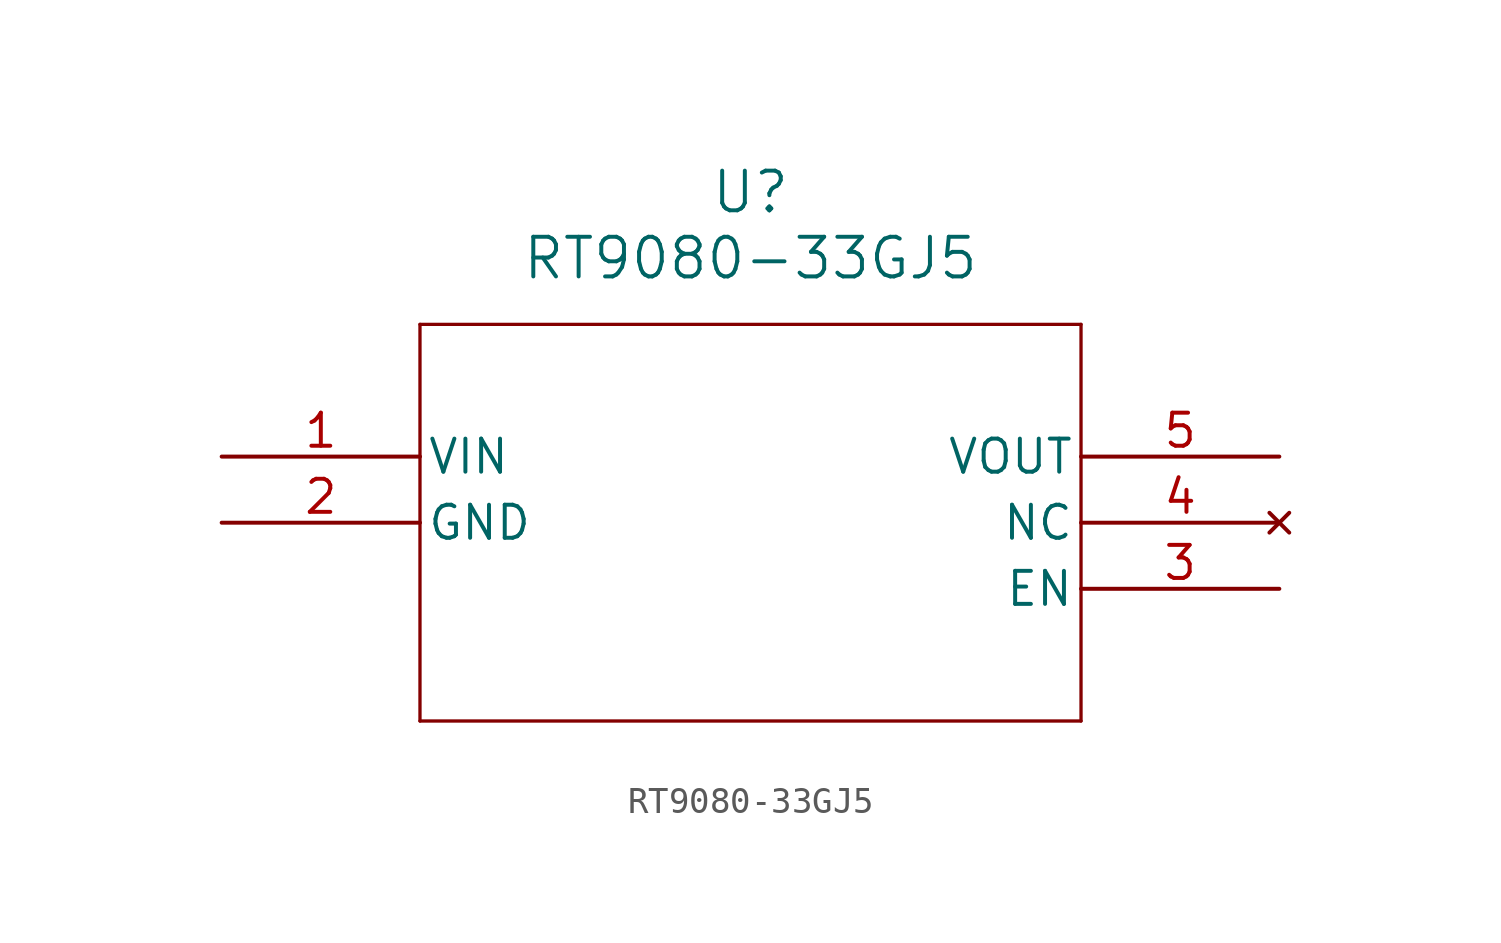
<source format=kicad_sym>
(kicad_symbol_lib
  (version 20231120)
  (generator "kicad_symbol_editor")
  (generator_version "8.0")
  (symbol "RT9080-33GJ5"
    (pin_names
      (offset 0.254))
    (property "Reference" "U"
      (at 20.32 10.16 0)
      (effects (font (size 1.524 1.524))))
    (property "Value" "RT9080-33GJ5"
      (at 20.32 7.62 0)
      (effects (font (size 1.524 1.524))))
    (property "ki_locked" ""
      (at 0 0 0)
      (effects (font (size 1.27 1.27))))
    (symbol "RT9080-33GJ5_0_1"
      (polyline (pts (xy 7.62 -10.16) (xy 33.02 -10.16)) (stroke (width 0.127) (type default)) (fill (type none)))
      (polyline (pts (xy 7.62 5.08) (xy 7.62 -10.16)) (stroke (width 0.127) (type default)) (fill (type none)))
      (polyline (pts (xy 33.02 -10.16) (xy 33.02 5.08)) (stroke (width 0.127) (type default)) (fill (type none)))
      (polyline (pts (xy 33.02 5.08) (xy 7.62 5.08)) (stroke (width 0.127) (type default)) (fill (type none)))
      (pin power_in line (at 0 0 0) (length 7.62) (name "VIN" (effects (font (size 1.27 1.27)))) (number "1" (effects (font (size 1.27 1.27)))))
      (pin power_out line (at 0 -2.54 0) (length 7.62) (name "GND" (effects (font (size 1.27 1.27)))) (number "2" (effects (font (size 1.27 1.27)))))
      (pin input line (at 40.64 -5.08 180) (length 7.62) (name "EN" (effects (font (size 1.27 1.27)))) (number "3" (effects (font (size 1.27 1.27)))))
      (pin no_connect line (at 40.64 -2.54 180) (length 7.62) (name "NC" (effects (font (size 1.27 1.27)))) (number "4" (effects (font (size 1.27 1.27)))))
      (pin output line (at 40.64 0 180) (length 7.62) (name "VOUT" (effects (font (size 1.27 1.27)))) (number "5" (effects (font (size 1.27 1.27))))))))
</source>
